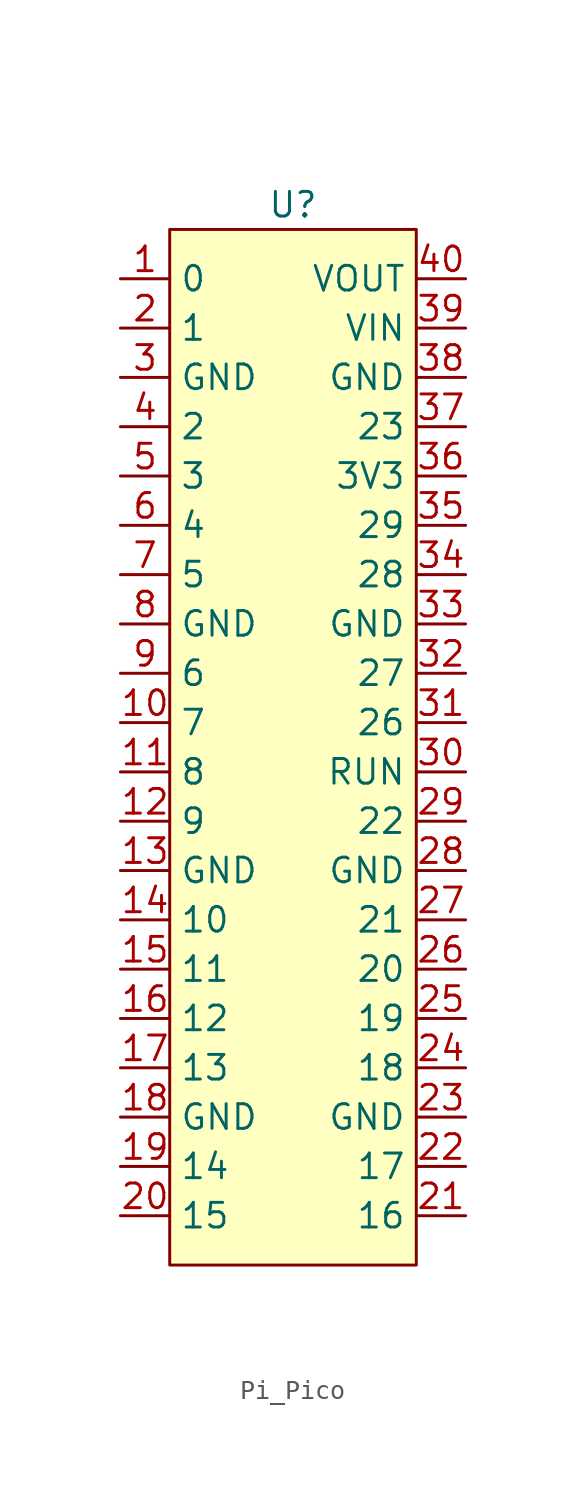
<source format=kicad_sym>
(kicad_symbol_lib
  (version 20220914)
  (generator kicad_symbol_editor)
  (symbol "Pi_Pico"
    (property "Reference" "U"
      (at 6.35 0 0)
      (effects (font (size 1.27 1.27))))
    (property "Value" ""
      (at 0 0 0)
      (effects (font (size 1.27 1.27))))
    (symbol "Pi_Pico_0_1"
      (rectangle (start 0 -1.27) (end 12.7 -54.61) (stroke (width 0) (type default)) (fill (type background))))
    (symbol "Pi_Pico_1_1"
      (pin bidirectional line (at -2.54 -3.81 0) (length 2.54) (name "0" (effects (font (size 1.27 1.27)))) (number "1" (effects (font (size 1.27 1.27)))))
      (pin bidirectional line (at -2.54 -26.67 0) (length 2.54) (name "7" (effects (font (size 1.27 1.27)))) (number "10" (effects (font (size 1.27 1.27)))))
      (pin bidirectional line (at -2.54 -29.21 0) (length 2.54) (name "8" (effects (font (size 1.27 1.27)))) (number "11" (effects (font (size 1.27 1.27)))))
      (pin bidirectional line (at -2.54 -31.75 0) (length 2.54) (name "9" (effects (font (size 1.27 1.27)))) (number "12" (effects (font (size 1.27 1.27)))))
      (pin bidirectional line (at -2.54 -34.29 0) (length 2.54) (name "GND" (effects (font (size 1.27 1.27)))) (number "13" (effects (font (size 1.27 1.27)))))
      (pin bidirectional line (at -2.54 -36.83 0) (length 2.54) (name "10" (effects (font (size 1.27 1.27)))) (number "14" (effects (font (size 1.27 1.27)))))
      (pin bidirectional line (at -2.54 -39.37 0) (length 2.54) (name "11" (effects (font (size 1.27 1.27)))) (number "15" (effects (font (size 1.27 1.27)))))
      (pin bidirectional line (at -2.54 -41.91 0) (length 2.54) (name "12" (effects (font (size 1.27 1.27)))) (number "16" (effects (font (size 1.27 1.27)))))
      (pin bidirectional line (at -2.54 -44.45 0) (length 2.54) (name "13" (effects (font (size 1.27 1.27)))) (number "17" (effects (font (size 1.27 1.27)))))
      (pin bidirectional line (at -2.54 -46.99 0) (length 2.54) (name "GND" (effects (font (size 1.27 1.27)))) (number "18" (effects (font (size 1.27 1.27)))))
      (pin bidirectional line (at -2.54 -49.53 0) (length 2.54) (name "14" (effects (font (size 1.27 1.27)))) (number "19" (effects (font (size 1.27 1.27)))))
      (pin bidirectional line (at -2.54 -6.35 0) (length 2.54) (name "1" (effects (font (size 1.27 1.27)))) (number "2" (effects (font (size 1.27 1.27)))))
      (pin bidirectional line (at -2.54 -52.07 0) (length 2.54) (name "15" (effects (font (size 1.27 1.27)))) (number "20" (effects (font (size 1.27 1.27)))))
      (pin bidirectional line (at 15.24 -52.07 180) (length 2.54) (name "16" (effects (font (size 1.27 1.27)))) (number "21" (effects (font (size 1.27 1.27)))))
      (pin bidirectional line (at 15.24 -49.53 180) (length 2.54) (name "17" (effects (font (size 1.27 1.27)))) (number "22" (effects (font (size 1.27 1.27)))))
      (pin bidirectional line (at 15.24 -46.99 180) (length 2.54) (name "GND" (effects (font (size 1.27 1.27)))) (number "23" (effects (font (size 1.27 1.27)))))
      (pin bidirectional line (at 15.24 -44.45 180) (length 2.54) (name "18" (effects (font (size 1.27 1.27)))) (number "24" (effects (font (size 1.27 1.27)))))
      (pin bidirectional line (at 15.24 -41.91 180) (length 2.54) (name "19" (effects (font (size 1.27 1.27)))) (number "25" (effects (font (size 1.27 1.27)))))
      (pin bidirectional line (at 15.24 -39.37 180) (length 2.54) (name "20" (effects (font (size 1.27 1.27)))) (number "26" (effects (font (size 1.27 1.27)))))
      (pin bidirectional line (at 15.24 -36.83 180) (length 2.54) (name "21" (effects (font (size 1.27 1.27)))) (number "27" (effects (font (size 1.27 1.27)))))
      (pin bidirectional line (at 15.24 -34.29 180) (length 2.54) (name "GND" (effects (font (size 1.27 1.27)))) (number "28" (effects (font (size 1.27 1.27)))))
      (pin bidirectional line (at 15.24 -31.75 180) (length 2.54) (name "22" (effects (font (size 1.27 1.27)))) (number "29" (effects (font (size 1.27 1.27)))))
      (pin bidirectional line (at -2.54 -8.89 0) (length 2.54) (name "GND" (effects (font (size 1.27 1.27)))) (number "3" (effects (font (size 1.27 1.27)))))
      (pin bidirectional line (at 15.24 -29.21 180) (length 2.54) (name "RUN" (effects (font (size 1.27 1.27)))) (number "30" (effects (font (size 1.27 1.27)))))
      (pin bidirectional line (at 15.24 -26.67 180) (length 2.54) (name "26" (effects (font (size 1.27 1.27)))) (number "31" (effects (font (size 1.27 1.27)))))
      (pin bidirectional line (at 15.24 -24.13 180) (length 2.54) (name "27" (effects (font (size 1.27 1.27)))) (number "32" (effects (font (size 1.27 1.27)))))
      (pin bidirectional line (at 15.24 -21.59 180) (length 2.54) (name "GND" (effects (font (size 1.27 1.27)))) (number "33" (effects (font (size 1.27 1.27)))))
      (pin bidirectional line (at 15.24 -19.05 180) (length 2.54) (name "28" (effects (font (size 1.27 1.27)))) (number "34" (effects (font (size 1.27 1.27)))))
      (pin bidirectional line (at 15.24 -16.51 180) (length 2.54) (name "29" (effects (font (size 1.27 1.27)))) (number "35" (effects (font (size 1.27 1.27)))))
      (pin bidirectional line (at 15.24 -13.97 180) (length 2.54) (name "3V3" (effects (font (size 1.27 1.27)))) (number "36" (effects (font (size 1.27 1.27)))))
      (pin bidirectional line (at 15.24 -11.43 180) (length 2.54) (name "23" (effects (font (size 1.27 1.27)))) (number "37" (effects (font (size 1.27 1.27)))))
      (pin bidirectional line (at 15.24 -8.89 180) (length 2.54) (name "GND" (effects (font (size 1.27 1.27)))) (number "38" (effects (font (size 1.27 1.27)))))
      (pin bidirectional line (at 15.24 -6.35 180) (length 2.54) (name "VIN" (effects (font (size 1.27 1.27)))) (number "39" (effects (font (size 1.27 1.27)))))
      (pin bidirectional line (at -2.54 -11.43 0) (length 2.54) (name "2" (effects (font (size 1.27 1.27)))) (number "4" (effects (font (size 1.27 1.27)))))
      (pin bidirectional line (at 15.24 -3.81 180) (length 2.54) (name "VOUT" (effects (font (size 1.27 1.27)))) (number "40" (effects (font (size 1.27 1.27)))))
      (pin bidirectional line (at -2.54 -13.97 0) (length 2.54) (name "3" (effects (font (size 1.27 1.27)))) (number "5" (effects (font (size 1.27 1.27)))))
      (pin bidirectional line (at -2.54 -16.51 0) (length 2.54) (name "4" (effects (font (size 1.27 1.27)))) (number "6" (effects (font (size 1.27 1.27)))))
      (pin bidirectional line (at -2.54 -19.05 0) (length 2.54) (name "5" (effects (font (size 1.27 1.27)))) (number "7" (effects (font (size 1.27 1.27)))))
      (pin bidirectional line (at -2.54 -21.59 0) (length 2.54) (name "GND" (effects (font (size 1.27 1.27)))) (number "8" (effects (font (size 1.27 1.27)))))
      (pin bidirectional line (at -2.54 -24.13 0) (length 2.54) (name "6" (effects (font (size 1.27 1.27)))) (number "9" (effects (font (size 1.27 1.27))))))))
</source>
